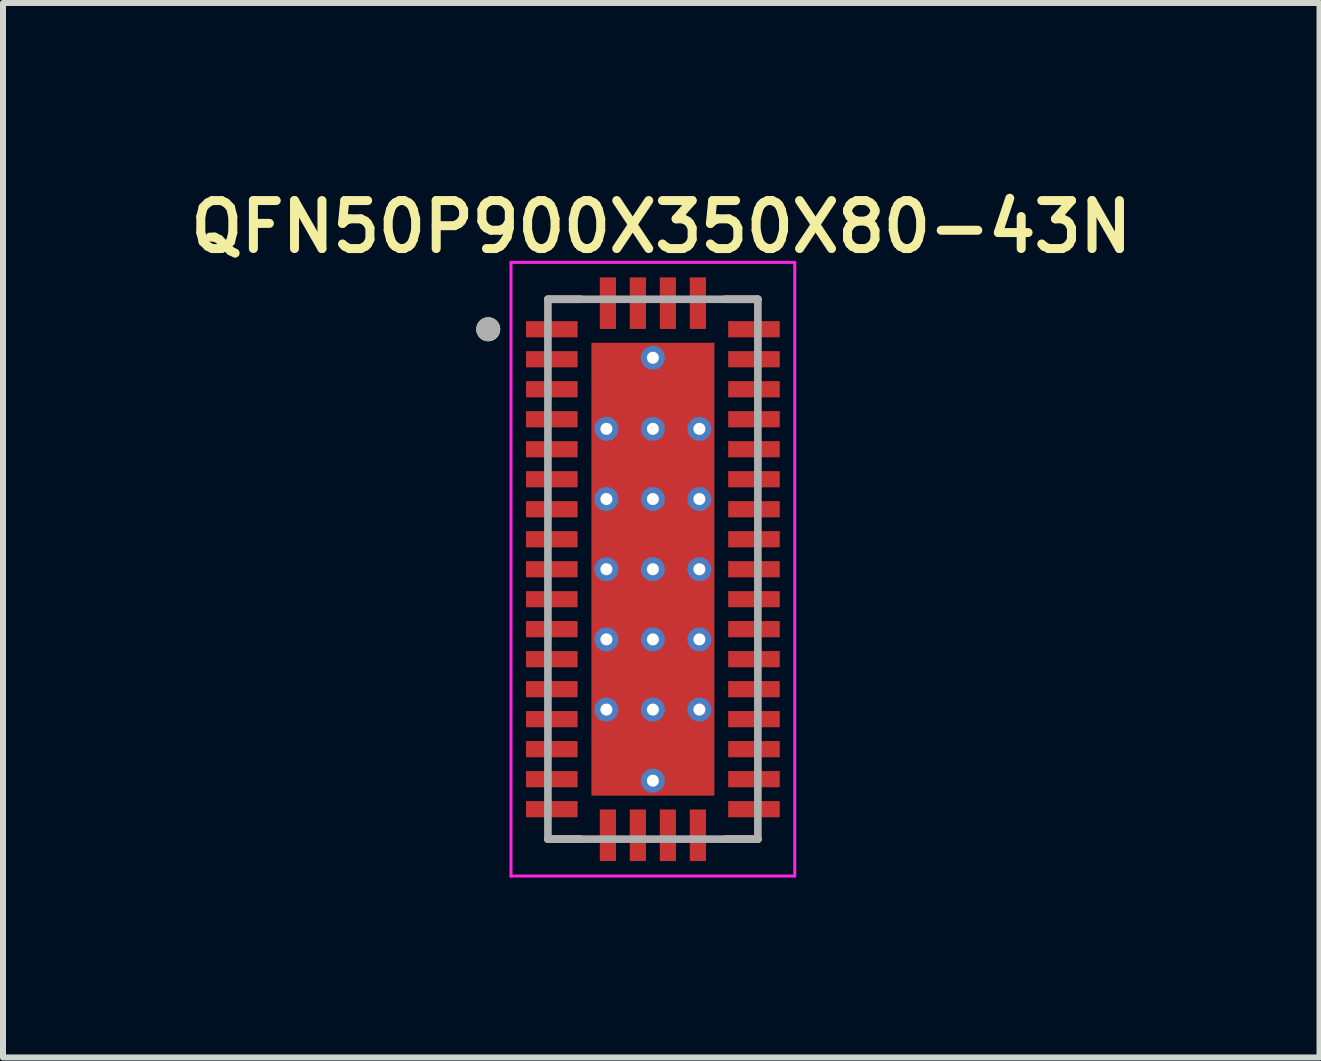
<source format=kicad_pcb>
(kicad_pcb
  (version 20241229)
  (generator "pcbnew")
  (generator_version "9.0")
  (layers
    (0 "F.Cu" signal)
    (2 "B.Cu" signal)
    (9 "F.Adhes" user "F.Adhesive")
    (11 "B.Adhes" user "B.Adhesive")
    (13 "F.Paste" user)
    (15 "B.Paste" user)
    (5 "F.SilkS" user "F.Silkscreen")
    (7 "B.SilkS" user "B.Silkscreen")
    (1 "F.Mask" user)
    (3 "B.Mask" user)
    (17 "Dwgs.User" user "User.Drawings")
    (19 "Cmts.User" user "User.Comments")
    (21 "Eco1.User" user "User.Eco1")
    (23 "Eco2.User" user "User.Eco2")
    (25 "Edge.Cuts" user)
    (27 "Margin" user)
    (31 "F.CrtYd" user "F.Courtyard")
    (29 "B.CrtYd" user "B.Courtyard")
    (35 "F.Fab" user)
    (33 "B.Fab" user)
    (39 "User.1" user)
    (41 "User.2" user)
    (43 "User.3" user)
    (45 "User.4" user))
  (footprint "QFN50P900X350X80-43N"
    (layer "F.Cu")
    (at 7.834 6.439)
    (property "Reference" "QFN50P900X350X80-43N" (at 0.14 -5.708 0) (layer "F.SilkS") (effects (font (size 0.8 0.8) (thickness 0.15))))
    (attr through_hole)
    (fp_line (start -1.75 -4.5) (end -1.205 -4.5) (stroke (width 0.127) (type solid)) (layer "F.SilkS"))
    (fp_line (start -1.75 4.5) (end -1.205 4.5) (stroke (width 0.127) (type solid)) (layer "F.SilkS"))
    (fp_line (start 1.75 -4.5) (end 1.205 -4.5) (stroke (width 0.127) (type solid)) (layer "F.SilkS"))
    (fp_line (start 1.75 4.5) (end 1.205 4.5) (stroke (width 0.127) (type solid)) (layer "F.SilkS"))
    (fp_circle (center -2.745 -4) (end -2.645 -4) (stroke (width 0.2) (type solid)) (fill no) (layer "F.SilkS"))
    (fp_poly (pts (xy -1.02 -3.41) (xy -0.1 -3.41) (xy -0.1 -2.44) (xy -1.02 -2.44)) (stroke (width 0.01) (type solid)) (fill yes) (layer "F.Paste"))
    (fp_poly (pts (xy -1.02 -2.24) (xy -0.1 -2.24) (xy -0.1 -1.27) (xy -1.02 -1.27)) (stroke (width 0.01) (type solid)) (fill yes) (layer "F.Paste"))
    (fp_poly (pts (xy -1.02 -1.07) (xy -0.1 -1.07) (xy -0.1 -0.1) (xy -1.02 -0.1)) (stroke (width 0.01) (type solid)) (fill yes) (layer "F.Paste"))
    (fp_poly (pts (xy -1.02 0.1) (xy -0.1 0.1) (xy -0.1 1.07) (xy -1.02 1.07)) (stroke (width 0.01) (type solid)) (fill yes) (layer "F.Paste"))
    (fp_poly (pts (xy -1.02 1.27) (xy -0.1 1.27) (xy -0.1 2.24) (xy -1.02 2.24)) (stroke (width 0.01) (type solid)) (fill yes) (layer "F.Paste"))
    (fp_poly (pts (xy -1.02 2.44) (xy -0.1 2.44) (xy -0.1 3.41) (xy -1.02 3.41)) (stroke (width 0.01) (type solid)) (fill yes) (layer "F.Paste"))
    (fp_poly (pts (xy 0.1 -3.41) (xy 1.02 -3.41) (xy 1.02 -2.44) (xy 0.1 -2.44)) (stroke (width 0.01) (type solid)) (fill yes) (layer "F.Paste"))
    (fp_poly (pts (xy 0.1 -2.24) (xy 1.02 -2.24) (xy 1.02 -1.27) (xy 0.1 -1.27)) (stroke (width 0.01) (type solid)) (fill yes) (layer "F.Paste"))
    (fp_poly (pts (xy 0.1 -1.07) (xy 1.02 -1.07) (xy 1.02 -0.1) (xy 0.1 -0.1)) (stroke (width 0.01) (type solid)) (fill yes) (layer "F.Paste"))
    (fp_poly (pts (xy 0.1 0.1) (xy 1.02 0.1) (xy 1.02 1.07) (xy 0.1 1.07)) (stroke (width 0.01) (type solid)) (fill yes) (layer "F.Paste"))
    (fp_poly (pts (xy 0.1 1.27) (xy 1.02 1.27) (xy 1.02 2.24) (xy 0.1 2.24)) (stroke (width 0.01) (type solid)) (fill yes) (layer "F.Paste"))
    (fp_poly (pts (xy 0.1 2.44) (xy 1.02 2.44) (xy 1.02 3.41) (xy 0.1 3.41)) (stroke (width 0.01) (type solid)) (fill yes) (layer "F.Paste"))
    (fp_line (start -2.365 -5.115) (end 2.365 -5.115) (stroke (width 0.05) (type solid)) (layer "F.CrtYd"))
    (fp_line (start -2.365 5.115) (end -2.365 -5.115) (stroke (width 0.05) (type solid)) (layer "F.CrtYd"))
    (fp_line (start -2.365 5.115) (end 2.365 5.115) (stroke (width 0.05) (type solid)) (layer "F.CrtYd"))
    (fp_line (start 2.365 5.115) (end 2.365 -5.115) (stroke (width 0.05) (type solid)) (layer "F.CrtYd"))
    (fp_line (start -1.75 4.5) (end -1.75 -4.5) (stroke (width 0.127) (type solid)) (layer "F.Fab"))
    (fp_line (start 1.75 -4.5) (end -1.75 -4.5) (stroke (width 0.127) (type solid)) (layer "F.Fab"))
    (fp_line (start 1.75 4.5) (end -1.75 4.5) (stroke (width 0.127) (type solid)) (layer "F.Fab"))
    (fp_line (start 1.75 4.5) (end 1.75 -4.5) (stroke (width 0.127) (type solid)) (layer "F.Fab"))
    (fp_circle (center -2.745 -4) (end -2.645 -4) (stroke (width 0.2) (type solid)) (fill no) (layer "F.Fab"))
    (pad "1" smd roundrect (at -1.685 -4) (size 0.86 0.27) (layers "F.Cu" "F.Mask" "F.Paste") (roundrect_rratio 0.03))
    (pad "2" smd roundrect (at -1.685 -3.5) (size 0.86 0.27) (layers "F.Cu" "F.Mask" "F.Paste") (roundrect_rratio 0.03))
    (pad "3" smd roundrect (at -1.685 -3) (size 0.86 0.27) (layers "F.Cu" "F.Mask" "F.Paste") (roundrect_rratio 0.03))
    (pad "4" smd roundrect (at -1.685 -2.5) (size 0.86 0.27) (layers "F.Cu" "F.Mask" "F.Paste") (roundrect_rratio 0.03))
    (pad "5" smd roundrect (at -1.685 -2) (size 0.86 0.27) (layers "F.Cu" "F.Mask" "F.Paste") (roundrect_rratio 0.03))
    (pad "6" smd roundrect (at -1.685 -1.5) (size 0.86 0.27) (layers "F.Cu" "F.Mask" "F.Paste") (roundrect_rratio 0.03))
    (pad "7" smd roundrect (at -1.685 -1) (size 0.86 0.27) (layers "F.Cu" "F.Mask" "F.Paste") (roundrect_rratio 0.03))
    (pad "8" smd roundrect (at -1.685 -0.5) (size 0.86 0.27) (layers "F.Cu" "F.Mask" "F.Paste") (roundrect_rratio 0.03))
    (pad "9" smd roundrect (at -1.685 0) (size 0.86 0.27) (layers "F.Cu" "F.Mask" "F.Paste") (roundrect_rratio 0.03))
    (pad "10" smd roundrect (at -1.685 0.5) (size 0.86 0.27) (layers "F.Cu" "F.Mask" "F.Paste") (roundrect_rratio 0.03))
    (pad "11" smd roundrect (at -1.685 1) (size 0.86 0.27) (layers "F.Cu" "F.Mask" "F.Paste") (roundrect_rratio 0.03))
    (pad "12" smd roundrect (at -1.685 1.5) (size 0.86 0.27) (layers "F.Cu" "F.Mask" "F.Paste") (roundrect_rratio 0.03))
    (pad "13" smd roundrect (at -1.685 2) (size 0.86 0.27) (layers "F.Cu" "F.Mask" "F.Paste") (roundrect_rratio 0.03))
    (pad "14" smd roundrect (at -1.685 2.5) (size 0.86 0.27) (layers "F.Cu" "F.Mask" "F.Paste") (roundrect_rratio 0.03))
    (pad "15" smd roundrect (at -1.685 3) (size 0.86 0.27) (layers "F.Cu" "F.Mask" "F.Paste") (roundrect_rratio 0.03))
    (pad "16" smd roundrect (at -1.685 3.5) (size 0.86 0.27) (layers "F.Cu" "F.Mask" "F.Paste") (roundrect_rratio 0.03))
    (pad "17" smd roundrect (at -1.685 4) (size 0.86 0.27) (layers "F.Cu" "F.Mask" "F.Paste") (roundrect_rratio 0.03))
    (pad "18" smd roundrect (at -0.75 4.435 90) (size 0.86 0.27) (layers "F.Cu" "F.Mask" "F.Paste") (roundrect_rratio 0.03))
    (pad "19" smd roundrect (at -0.25 4.435 90) (size 0.86 0.27) (layers "F.Cu" "F.Mask" "F.Paste") (roundrect_rratio 0.03))
    (pad "20" smd roundrect (at 0.25 4.435 90) (size 0.86 0.27) (layers "F.Cu" "F.Mask" "F.Paste") (roundrect_rratio 0.03))
    (pad "21" smd roundrect (at 0.75 4.435 90) (size 0.86 0.27) (layers "F.Cu" "F.Mask" "F.Paste") (roundrect_rratio 0.03))
    (pad "22" smd roundrect (at 1.685 4) (size 0.86 0.27) (layers "F.Cu" "F.Mask" "F.Paste") (roundrect_rratio 0.03))
    (pad "23" smd roundrect (at 1.685 3.5) (size 0.86 0.27) (layers "F.Cu" "F.Mask" "F.Paste") (roundrect_rratio 0.03))
    (pad "24" smd roundrect (at 1.685 3) (size 0.86 0.27) (layers "F.Cu" "F.Mask" "F.Paste") (roundrect_rratio 0.03))
    (pad "25" smd roundrect (at 1.685 2.5) (size 0.86 0.27) (layers "F.Cu" "F.Mask" "F.Paste") (roundrect_rratio 0.03))
    (pad "26" smd roundrect (at 1.685 2) (size 0.86 0.27) (layers "F.Cu" "F.Mask" "F.Paste") (roundrect_rratio 0.03))
    (pad "27" smd roundrect (at 1.685 1.5) (size 0.86 0.27) (layers "F.Cu" "F.Mask" "F.Paste") (roundrect_rratio 0.03))
    (pad "28" smd roundrect (at 1.685 1) (size 0.86 0.27) (layers "F.Cu" "F.Mask" "F.Paste") (roundrect_rratio 0.03))
    (pad "29" smd roundrect (at 1.685 0.5) (size 0.86 0.27) (layers "F.Cu" "F.Mask" "F.Paste") (roundrect_rratio 0.03))
    (pad "30" smd roundrect (at 1.685 0) (size 0.86 0.27) (layers "F.Cu" "F.Mask" "F.Paste") (roundrect_rratio 0.03))
    (pad "31" smd roundrect (at 1.685 -0.5) (size 0.86 0.27) (layers "F.Cu" "F.Mask" "F.Paste") (roundrect_rratio 0.03))
    (pad "32" smd roundrect (at 1.685 -1) (size 0.86 0.27) (layers "F.Cu" "F.Mask" "F.Paste") (roundrect_rratio 0.03))
    (pad "33" smd roundrect (at 1.685 -1.5) (size 0.86 0.27) (layers "F.Cu" "F.Mask" "F.Paste") (roundrect_rratio 0.03))
    (pad "34" smd roundrect (at 1.685 -2) (size 0.86 0.27) (layers "F.Cu" "F.Mask" "F.Paste") (roundrect_rratio 0.03))
    (pad "35" smd roundrect (at 1.685 -2.5) (size 0.86 0.27) (layers "F.Cu" "F.Mask" "F.Paste") (roundrect_rratio 0.03))
    (pad "36" smd roundrect (at 1.685 -3) (size 0.86 0.27) (layers "F.Cu" "F.Mask" "F.Paste") (roundrect_rratio 0.03))
    (pad "37" smd roundrect (at 1.685 -3.5) (size 0.86 0.27) (layers "F.Cu" "F.Mask" "F.Paste") (roundrect_rratio 0.03))
    (pad "38" smd roundrect (at 1.685 -4) (size 0.86 0.27) (layers "F.Cu" "F.Mask" "F.Paste") (roundrect_rratio 0.03))
    (pad "39" smd roundrect (at 0.75 -4.435 90) (size 0.86 0.27) (layers "F.Cu" "F.Mask" "F.Paste") (roundrect_rratio 0.03))
    (pad "40" smd roundrect (at 0.25 -4.435 90) (size 0.86 0.27) (layers "F.Cu" "F.Mask" "F.Paste") (roundrect_rratio 0.03))
    (pad "41" smd roundrect (at -0.25 -4.435 90) (size 0.86 0.27) (layers "F.Cu" "F.Mask" "F.Paste") (roundrect_rratio 0.03))
    (pad "42" smd roundrect (at -0.75 -4.435 90) (size 0.86 0.27) (layers "F.Cu" "F.Mask" "F.Paste") (roundrect_rratio 0.03))
    (pad "43" smd rect (at 0 0) (size 2.05 7.55) (layers "F.Cu" "F.Mask"))
    (pad "44" thru_hole circle (at 0 -3.525) (size 0.4 0.4) (drill 0.2) (layers "*.Cu" "*.Mask"))
    (pad "45" thru_hole circle (at -0.775 -2.34) (size 0.4 0.4) (drill 0.2) (layers "*.Cu" "*.Mask"))
    (pad "46" thru_hole circle (at 0 -2.34) (size 0.4 0.4) (drill 0.2) (layers "*.Cu" "*.Mask"))
    (pad "47" thru_hole circle (at 0.775 -2.34) (size 0.4 0.4) (drill 0.2) (layers "*.Cu" "*.Mask"))
    (pad "48" thru_hole circle (at -0.775 -1.17) (size 0.4 0.4) (drill 0.2) (layers "*.Cu" "*.Mask"))
    (pad "49" thru_hole circle (at 0 -1.17) (size 0.4 0.4) (drill 0.2) (layers "*.Cu" "*.Mask"))
    (pad "50" thru_hole circle (at 0.775 -1.17) (size 0.4 0.4) (drill 0.2) (layers "*.Cu" "*.Mask"))
    (pad "51" thru_hole circle (at -0.775 0) (size 0.4 0.4) (drill 0.2) (layers "*.Cu" "*.Mask"))
    (pad "52" thru_hole circle (at 0 0) (size 0.4 0.4) (drill 0.2) (layers "*.Cu" "*.Mask"))
    (pad "53" thru_hole circle (at 0.775 0) (size 0.4 0.4) (drill 0.2) (layers "*.Cu" "*.Mask"))
    (pad "54" thru_hole circle (at -0.775 1.17) (size 0.4 0.4) (drill 0.2) (layers "*.Cu" "*.Mask"))
    (pad "55" thru_hole circle (at 0 1.17) (size 0.4 0.4) (drill 0.2) (layers "*.Cu" "*.Mask"))
    (pad "56" thru_hole circle (at 0.775 1.17) (size 0.4 0.4) (drill 0.2) (layers "*.Cu" "*.Mask"))
    (pad "57" thru_hole circle (at -0.775 2.34) (size 0.4 0.4) (drill 0.2) (layers "*.Cu" "*.Mask"))
    (pad "58" thru_hole circle (at 0 2.34) (size 0.4 0.4) (drill 0.2) (layers "*.Cu" "*.Mask"))
    (pad "59" thru_hole circle (at 0.775 2.34) (size 0.4 0.4) (drill 0.2) (layers "*.Cu" "*.Mask"))
    (pad "60" thru_hole circle (at 0 3.525) (size 0.4 0.4) (drill 0.2) (layers "*.Cu" "*.Mask")))
  (gr_rect
    (start -3 -3)
    (end 18.947 14.579)
    (stroke (width 0.1) (type default))
    (fill no)
    (layer "Edge.Cuts")))
</source>
